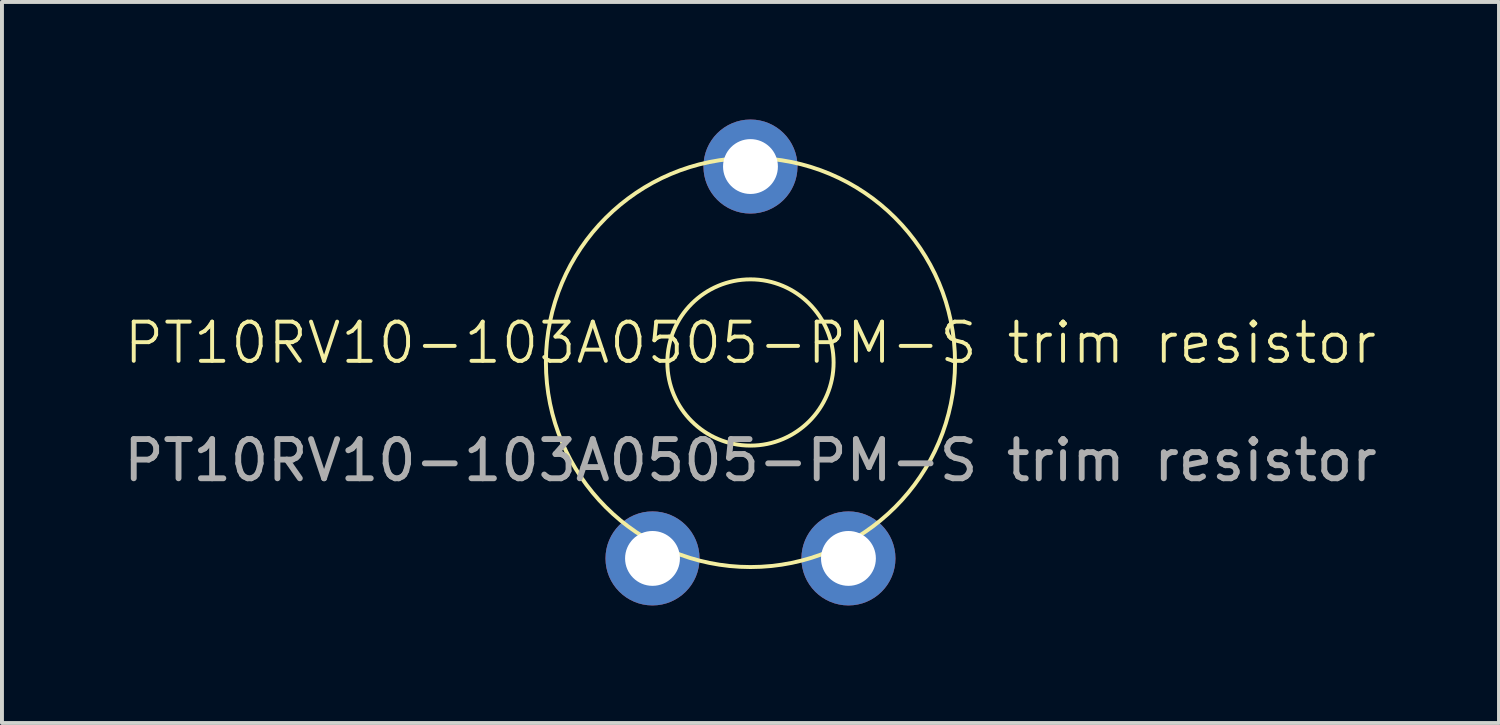
<source format=kicad_pcb>
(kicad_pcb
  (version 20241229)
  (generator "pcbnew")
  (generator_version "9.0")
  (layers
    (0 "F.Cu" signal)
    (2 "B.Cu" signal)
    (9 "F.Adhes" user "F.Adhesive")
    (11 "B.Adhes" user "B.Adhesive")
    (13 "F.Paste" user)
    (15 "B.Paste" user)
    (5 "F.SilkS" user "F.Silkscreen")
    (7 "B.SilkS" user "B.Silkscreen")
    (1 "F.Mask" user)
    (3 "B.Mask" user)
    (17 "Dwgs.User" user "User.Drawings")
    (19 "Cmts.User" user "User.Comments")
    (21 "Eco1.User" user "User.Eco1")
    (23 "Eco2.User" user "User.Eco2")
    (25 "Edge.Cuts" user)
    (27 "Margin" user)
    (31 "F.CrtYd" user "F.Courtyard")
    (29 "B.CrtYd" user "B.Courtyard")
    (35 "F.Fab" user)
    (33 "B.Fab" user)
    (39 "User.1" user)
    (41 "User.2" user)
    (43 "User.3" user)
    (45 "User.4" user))
  (footprint "PT10RV10-103A0505-PM-S trim resistor"
    (layer "F.Cu")
    (at 16.101 6.2)
    (property "Reference" "PT10RV10-103A0505-PM-S trim resistor" (at 0 -0.5 0) (unlocked yes) (layer "F.SilkS") (effects (font (size 1 1) (thickness 0.1))))
    (attr through_hole)
    (fp_circle (center 0 0) (end 1.5 1.5) (stroke (width 0.1) (type default)) (fill no) (layer "F.SilkS"))
    (fp_circle (center 0 0) (end 5 1.5) (stroke (width 0.1) (type default)) (fill no) (layer "F.SilkS"))
    (fp_text user "${REFERENCE}" (at 0 2.5 0) (unlocked yes) (layer "F.Fab") (effects (font (size 1 1) (thickness 0.15))))
    (pad "1" thru_hole circle (at 0 -5) (size 2.4 2.4) (drill 1.4) (layers "*.Cu" "*.Mask"))
    (pad "2" thru_hole circle (at -2.5 5) (size 2.4 2.4) (drill 1.4) (layers "*.Cu" "*.Mask"))
    (pad "3" thru_hole circle (at 2.5 5) (size 2.4 2.4) (drill 1.4) (layers "*.Cu" "*.Mask")))
  (gr_rect
    (start -3 -3)
    (end 35.202 15.4)
    (stroke (width 0.1) (type default))
    (fill no)
    (layer "Edge.Cuts")))
</source>
